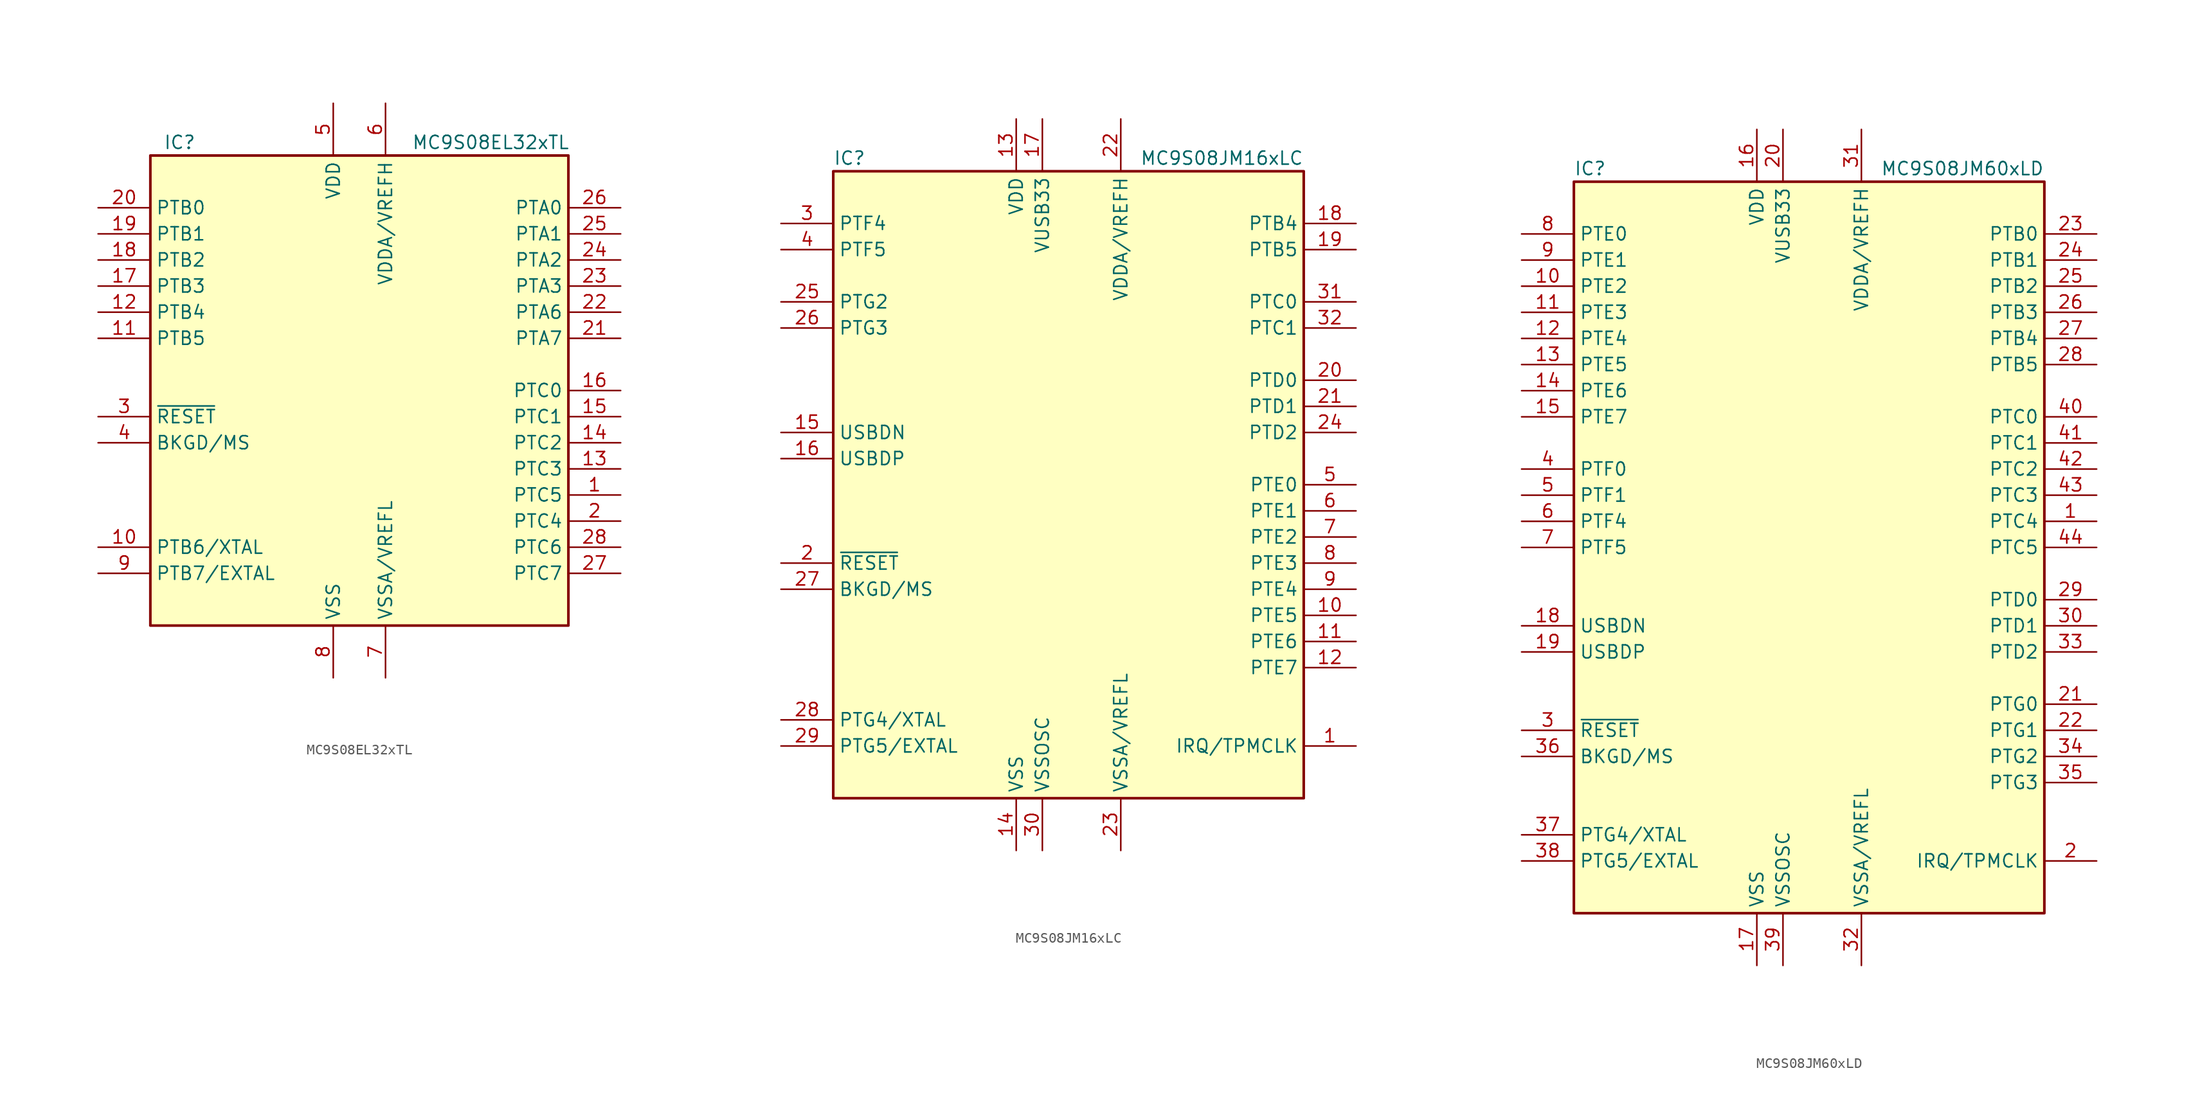
<source format=kicad_sym>
(kicad_symbol_lib
  (version 20201005)
  (generator kicad_symbol_editor)
  (symbol "MC9S08EL32xTL"
    (property "Reference" "IC"
      (at -19.05 24.13 0)
      (effects (font (size 1.27 1.27)) (justify left)))
    (property "Value" "MC9S08EL32xTL"
      (at 5.08 24.13 0)
      (effects (font (size 1.27 1.27)) (justify left)))
    (symbol "MC9S08EL32xTL_0_1"
      (rectangle (start -20.32 22.86) (end 20.32 -22.86) (stroke (width 0.254)) (fill (type background))))
    (symbol "MC9S08EL32xTL_1_1"
      (pin bidirectional line (at 25.4 -10.16 180) (length 5.08) (name "PTC5" (effects (font (size 1.27 1.27)))) (number "1" (effects (font (size 1.27 1.27)))))
      (pin bidirectional line (at -25.4 -15.24 0) (length 5.08) (name "PTB6/XTAL" (effects (font (size 1.27 1.27)))) (number "10" (effects (font (size 1.27 1.27)))))
      (pin bidirectional line (at -25.4 5.08 0) (length 5.08) (name "PTB5" (effects (font (size 1.27 1.27)))) (number "11" (effects (font (size 1.27 1.27)))))
      (pin bidirectional line (at -25.4 7.62 0) (length 5.08) (name "PTB4" (effects (font (size 1.27 1.27)))) (number "12" (effects (font (size 1.27 1.27)))))
      (pin bidirectional line (at 25.4 -7.62 180) (length 5.08) (name "PTC3" (effects (font (size 1.27 1.27)))) (number "13" (effects (font (size 1.27 1.27)))))
      (pin bidirectional line (at 25.4 -5.08 180) (length 5.08) (name "PTC2" (effects (font (size 1.27 1.27)))) (number "14" (effects (font (size 1.27 1.27)))))
      (pin bidirectional line (at 25.4 -2.54 180) (length 5.08) (name "PTC1" (effects (font (size 1.27 1.27)))) (number "15" (effects (font (size 1.27 1.27)))))
      (pin bidirectional line (at 25.4 0 180) (length 5.08) (name "PTC0" (effects (font (size 1.27 1.27)))) (number "16" (effects (font (size 1.27 1.27)))))
      (pin bidirectional line (at -25.4 10.16 0) (length 5.08) (name "PTB3" (effects (font (size 1.27 1.27)))) (number "17" (effects (font (size 1.27 1.27)))))
      (pin bidirectional line (at -25.4 12.7 0) (length 5.08) (name "PTB2" (effects (font (size 1.27 1.27)))) (number "18" (effects (font (size 1.27 1.27)))))
      (pin bidirectional line (at -25.4 15.24 0) (length 5.08) (name "PTB1" (effects (font (size 1.27 1.27)))) (number "19" (effects (font (size 1.27 1.27)))))
      (pin bidirectional line (at 25.4 -12.7 180) (length 5.08) (name "PTC4" (effects (font (size 1.27 1.27)))) (number "2" (effects (font (size 1.27 1.27)))))
      (pin bidirectional line (at -25.4 17.78 0) (length 5.08) (name "PTB0" (effects (font (size 1.27 1.27)))) (number "20" (effects (font (size 1.27 1.27)))))
      (pin bidirectional line (at 25.4 5.08 180) (length 5.08) (name "PTA7" (effects (font (size 1.27 1.27)))) (number "21" (effects (font (size 1.27 1.27)))))
      (pin bidirectional line (at 25.4 7.62 180) (length 5.08) (name "PTA6" (effects (font (size 1.27 1.27)))) (number "22" (effects (font (size 1.27 1.27)))))
      (pin bidirectional line (at 25.4 10.16 180) (length 5.08) (name "PTA3" (effects (font (size 1.27 1.27)))) (number "23" (effects (font (size 1.27 1.27)))))
      (pin bidirectional line (at 25.4 12.7 180) (length 5.08) (name "PTA2" (effects (font (size 1.27 1.27)))) (number "24" (effects (font (size 1.27 1.27)))))
      (pin bidirectional line (at 25.4 15.24 180) (length 5.08) (name "PTA1" (effects (font (size 1.27 1.27)))) (number "25" (effects (font (size 1.27 1.27)))))
      (pin bidirectional line (at 25.4 17.78 180) (length 5.08) (name "PTA0" (effects (font (size 1.27 1.27)))) (number "26" (effects (font (size 1.27 1.27)))))
      (pin bidirectional line (at 25.4 -17.78 180) (length 5.08) (name "PTC7" (effects (font (size 1.27 1.27)))) (number "27" (effects (font (size 1.27 1.27)))))
      (pin bidirectional line (at 25.4 -15.24 180) (length 5.08) (name "PTC6" (effects (font (size 1.27 1.27)))) (number "28" (effects (font (size 1.27 1.27)))))
      (pin input line (at -25.4 -2.54 0) (length 5.08) (name "~RESET" (effects (font (size 1.27 1.27)))) (number "3" (effects (font (size 1.27 1.27)))))
      (pin bidirectional line (at -25.4 -5.08 0) (length 5.08) (name "BKGD/MS" (effects (font (size 1.27 1.27)))) (number "4" (effects (font (size 1.27 1.27)))))
      (pin power_in line (at -2.54 27.94 270) (length 5.08) (name "VDD" (effects (font (size 1.27 1.27)))) (number "5" (effects (font (size 1.27 1.27)))))
      (pin power_in line (at 2.54 27.94 270) (length 5.08) (name "VDDA/VREFH" (effects (font (size 1.27 1.27)))) (number "6" (effects (font (size 1.27 1.27)))))
      (pin power_in line (at 2.54 -27.94 90) (length 5.08) (name "VSSA/VREFL" (effects (font (size 1.27 1.27)))) (number "7" (effects (font (size 1.27 1.27)))))
      (pin power_in line (at -2.54 -27.94 90) (length 5.08) (name "VSS" (effects (font (size 1.27 1.27)))) (number "8" (effects (font (size 1.27 1.27)))))
      (pin bidirectional line (at -25.4 -17.78 0) (length 5.08) (name "PTB7/EXTAL" (effects (font (size 1.27 1.27)))) (number "9" (effects (font (size 1.27 1.27)))))))
  (symbol "MC9S08JM16xLC"
    (property "Reference" "IC"
      (at -22.86 31.75 0)
      (effects (font (size 1.27 1.27)) (justify left)))
    (property "Value" "MC9S08JM16xLC"
      (at 22.86 31.75 0)
      (effects (font (size 1.27 1.27)) (justify right)))
    (symbol "MC9S08JM16xLC_0_1"
      (rectangle (start -22.86 30.48) (end 22.86 -30.48) (stroke (width 0.254)) (fill (type background))))
    (symbol "MC9S08JM16xLC_1_1"
      (pin bidirectional line (at 27.94 -25.4 180) (length 5.08) (name "IRQ/TPMCLK" (effects (font (size 1.27 1.27)))) (number "1" (effects (font (size 1.27 1.27)))))
      (pin bidirectional line (at 27.94 -12.7 180) (length 5.08) (name "PTE5" (effects (font (size 1.27 1.27)))) (number "10" (effects (font (size 1.27 1.27)))))
      (pin bidirectional line (at 27.94 -15.24 180) (length 5.08) (name "PTE6" (effects (font (size 1.27 1.27)))) (number "11" (effects (font (size 1.27 1.27)))))
      (pin bidirectional line (at 27.94 -17.78 180) (length 5.08) (name "PTE7" (effects (font (size 1.27 1.27)))) (number "12" (effects (font (size 1.27 1.27)))))
      (pin power_in line (at -5.08 35.56 270) (length 5.08) (name "VDD" (effects (font (size 1.27 1.27)))) (number "13" (effects (font (size 1.27 1.27)))))
      (pin power_in line (at -5.08 -35.56 90) (length 5.08) (name "VSS" (effects (font (size 1.27 1.27)))) (number "14" (effects (font (size 1.27 1.27)))))
      (pin bidirectional line (at -27.94 5.08 0) (length 5.08) (name "USBDN" (effects (font (size 1.27 1.27)))) (number "15" (effects (font (size 1.27 1.27)))))
      (pin bidirectional line (at -27.94 2.54 0) (length 5.08) (name "USBDP" (effects (font (size 1.27 1.27)))) (number "16" (effects (font (size 1.27 1.27)))))
      (pin power_out line (at -2.54 35.56 270) (length 5.08) (name "VUSB33" (effects (font (size 1.27 1.27)))) (number "17" (effects (font (size 1.27 1.27)))))
      (pin bidirectional line (at 27.94 25.4 180) (length 5.08) (name "PTB4" (effects (font (size 1.27 1.27)))) (number "18" (effects (font (size 1.27 1.27)))))
      (pin bidirectional line (at 27.94 22.86 180) (length 5.08) (name "PTB5" (effects (font (size 1.27 1.27)))) (number "19" (effects (font (size 1.27 1.27)))))
      (pin input line (at -27.94 -7.62 0) (length 5.08) (name "~RESET" (effects (font (size 1.27 1.27)))) (number "2" (effects (font (size 1.27 1.27)))))
      (pin bidirectional line (at 27.94 10.16 180) (length 5.08) (name "PTD0" (effects (font (size 1.27 1.27)))) (number "20" (effects (font (size 1.27 1.27)))))
      (pin bidirectional line (at 27.94 7.62 180) (length 5.08) (name "PTD1" (effects (font (size 1.27 1.27)))) (number "21" (effects (font (size 1.27 1.27)))))
      (pin power_in line (at 5.08 35.56 270) (length 5.08) (name "VDDA/VREFH" (effects (font (size 1.27 1.27)))) (number "22" (effects (font (size 1.27 1.27)))))
      (pin power_in line (at 5.08 -35.56 90) (length 5.08) (name "VSSA/VREFL" (effects (font (size 1.27 1.27)))) (number "23" (effects (font (size 1.27 1.27)))))
      (pin bidirectional line (at 27.94 5.08 180) (length 5.08) (name "PTD2" (effects (font (size 1.27 1.27)))) (number "24" (effects (font (size 1.27 1.27)))))
      (pin bidirectional line (at -27.94 17.78 0) (length 5.08) (name "PTG2" (effects (font (size 1.27 1.27)))) (number "25" (effects (font (size 1.27 1.27)))))
      (pin bidirectional line (at -27.94 15.24 0) (length 5.08) (name "PTG3" (effects (font (size 1.27 1.27)))) (number "26" (effects (font (size 1.27 1.27)))))
      (pin bidirectional line (at -27.94 -10.16 0) (length 5.08) (name "BKGD/MS" (effects (font (size 1.27 1.27)))) (number "27" (effects (font (size 1.27 1.27)))))
      (pin bidirectional line (at -27.94 -22.86 0) (length 5.08) (name "PTG4/XTAL" (effects (font (size 1.27 1.27)))) (number "28" (effects (font (size 1.27 1.27)))))
      (pin bidirectional line (at -27.94 -25.4 0) (length 5.08) (name "PTG5/EXTAL" (effects (font (size 1.27 1.27)))) (number "29" (effects (font (size 1.27 1.27)))))
      (pin bidirectional line (at -27.94 25.4 0) (length 5.08) (name "PTF4" (effects (font (size 1.27 1.27)))) (number "3" (effects (font (size 1.27 1.27)))))
      (pin power_in line (at -2.54 -35.56 90) (length 5.08) (name "VSSOSC" (effects (font (size 1.27 1.27)))) (number "30" (effects (font (size 1.27 1.27)))))
      (pin bidirectional line (at 27.94 17.78 180) (length 5.08) (name "PTC0" (effects (font (size 1.27 1.27)))) (number "31" (effects (font (size 1.27 1.27)))))
      (pin bidirectional line (at 27.94 15.24 180) (length 5.08) (name "PTC1" (effects (font (size 1.27 1.27)))) (number "32" (effects (font (size 1.27 1.27)))))
      (pin bidirectional line (at -27.94 22.86 0) (length 5.08) (name "PTF5" (effects (font (size 1.27 1.27)))) (number "4" (effects (font (size 1.27 1.27)))))
      (pin bidirectional line (at 27.94 0 180) (length 5.08) (name "PTE0" (effects (font (size 1.27 1.27)))) (number "5" (effects (font (size 1.27 1.27)))))
      (pin bidirectional line (at 27.94 -2.54 180) (length 5.08) (name "PTE1" (effects (font (size 1.27 1.27)))) (number "6" (effects (font (size 1.27 1.27)))))
      (pin bidirectional line (at 27.94 -5.08 180) (length 5.08) (name "PTE2" (effects (font (size 1.27 1.27)))) (number "7" (effects (font (size 1.27 1.27)))))
      (pin bidirectional line (at 27.94 -7.62 180) (length 5.08) (name "PTE3" (effects (font (size 1.27 1.27)))) (number "8" (effects (font (size 1.27 1.27)))))
      (pin bidirectional line (at 27.94 -10.16 180) (length 5.08) (name "PTE4" (effects (font (size 1.27 1.27)))) (number "9" (effects (font (size 1.27 1.27)))))))
  (symbol "MC9S08JM60xLD"
    (property "Reference" "IC"
      (at -22.86 36.83 0)
      (effects (font (size 1.27 1.27)) (justify left)))
    (property "Value" "MC9S08JM60xLD"
      (at 22.86 36.83 0)
      (effects (font (size 1.27 1.27)) (justify right)))
    (symbol "MC9S08JM60xLD_0_1"
      (rectangle (start -22.86 35.56) (end 22.86 -35.56) (stroke (width 0.254)) (fill (type background))))
    (symbol "MC9S08JM60xLD_1_1"
      (pin bidirectional line (at 27.94 2.54 180) (length 5.08) (name "PTC4" (effects (font (size 1.27 1.27)))) (number "1" (effects (font (size 1.27 1.27)))))
      (pin bidirectional line (at -27.94 25.4 0) (length 5.08) (name "PTE2" (effects (font (size 1.27 1.27)))) (number "10" (effects (font (size 1.27 1.27)))))
      (pin bidirectional line (at -27.94 22.86 0) (length 5.08) (name "PTE3" (effects (font (size 1.27 1.27)))) (number "11" (effects (font (size 1.27 1.27)))))
      (pin bidirectional line (at -27.94 20.32 0) (length 5.08) (name "PTE4" (effects (font (size 1.27 1.27)))) (number "12" (effects (font (size 1.27 1.27)))))
      (pin bidirectional line (at -27.94 17.78 0) (length 5.08) (name "PTE5" (effects (font (size 1.27 1.27)))) (number "13" (effects (font (size 1.27 1.27)))))
      (pin bidirectional line (at -27.94 15.24 0) (length 5.08) (name "PTE6" (effects (font (size 1.27 1.27)))) (number "14" (effects (font (size 1.27 1.27)))))
      (pin bidirectional line (at -27.94 12.7 0) (length 5.08) (name "PTE7" (effects (font (size 1.27 1.27)))) (number "15" (effects (font (size 1.27 1.27)))))
      (pin power_in line (at -5.08 40.64 270) (length 5.08) (name "VDD" (effects (font (size 1.27 1.27)))) (number "16" (effects (font (size 1.27 1.27)))))
      (pin power_in line (at -5.08 -40.64 90) (length 5.08) (name "VSS" (effects (font (size 1.27 1.27)))) (number "17" (effects (font (size 1.27 1.27)))))
      (pin bidirectional line (at -27.94 -7.62 0) (length 5.08) (name "USBDN" (effects (font (size 1.27 1.27)))) (number "18" (effects (font (size 1.27 1.27)))))
      (pin bidirectional line (at -27.94 -10.16 0) (length 5.08) (name "USBDP" (effects (font (size 1.27 1.27)))) (number "19" (effects (font (size 1.27 1.27)))))
      (pin bidirectional line (at 27.94 -30.48 180) (length 5.08) (name "IRQ/TPMCLK" (effects (font (size 1.27 1.27)))) (number "2" (effects (font (size 1.27 1.27)))))
      (pin power_out line (at -2.54 40.64 270) (length 5.08) (name "VUSB33" (effects (font (size 1.27 1.27)))) (number "20" (effects (font (size 1.27 1.27)))))
      (pin bidirectional line (at 27.94 -15.24 180) (length 5.08) (name "PTG0" (effects (font (size 1.27 1.27)))) (number "21" (effects (font (size 1.27 1.27)))))
      (pin bidirectional line (at 27.94 -17.78 180) (length 5.08) (name "PTG1" (effects (font (size 1.27 1.27)))) (number "22" (effects (font (size 1.27 1.27)))))
      (pin bidirectional line (at 27.94 30.48 180) (length 5.08) (name "PTB0" (effects (font (size 1.27 1.27)))) (number "23" (effects (font (size 1.27 1.27)))))
      (pin bidirectional line (at 27.94 27.94 180) (length 5.08) (name "PTB1" (effects (font (size 1.27 1.27)))) (number "24" (effects (font (size 1.27 1.27)))))
      (pin bidirectional line (at 27.94 25.4 180) (length 5.08) (name "PTB2" (effects (font (size 1.27 1.27)))) (number "25" (effects (font (size 1.27 1.27)))))
      (pin bidirectional line (at 27.94 22.86 180) (length 5.08) (name "PTB3" (effects (font (size 1.27 1.27)))) (number "26" (effects (font (size 1.27 1.27)))))
      (pin bidirectional line (at 27.94 20.32 180) (length 5.08) (name "PTB4" (effects (font (size 1.27 1.27)))) (number "27" (effects (font (size 1.27 1.27)))))
      (pin bidirectional line (at 27.94 17.78 180) (length 5.08) (name "PTB5" (effects (font (size 1.27 1.27)))) (number "28" (effects (font (size 1.27 1.27)))))
      (pin bidirectional line (at 27.94 -5.08 180) (length 5.08) (name "PTD0" (effects (font (size 1.27 1.27)))) (number "29" (effects (font (size 1.27 1.27)))))
      (pin input line (at -27.94 -17.78 0) (length 5.08) (name "~RESET" (effects (font (size 1.27 1.27)))) (number "3" (effects (font (size 1.27 1.27)))))
      (pin bidirectional line (at 27.94 -7.62 180) (length 5.08) (name "PTD1" (effects (font (size 1.27 1.27)))) (number "30" (effects (font (size 1.27 1.27)))))
      (pin power_in line (at 5.08 40.64 270) (length 5.08) (name "VDDA/VREFH" (effects (font (size 1.27 1.27)))) (number "31" (effects (font (size 1.27 1.27)))))
      (pin power_in line (at 5.08 -40.64 90) (length 5.08) (name "VSSA/VREFL" (effects (font (size 1.27 1.27)))) (number "32" (effects (font (size 1.27 1.27)))))
      (pin bidirectional line (at 27.94 -10.16 180) (length 5.08) (name "PTD2" (effects (font (size 1.27 1.27)))) (number "33" (effects (font (size 1.27 1.27)))))
      (pin bidirectional line (at 27.94 -20.32 180) (length 5.08) (name "PTG2" (effects (font (size 1.27 1.27)))) (number "34" (effects (font (size 1.27 1.27)))))
      (pin bidirectional line (at 27.94 -22.86 180) (length 5.08) (name "PTG3" (effects (font (size 1.27 1.27)))) (number "35" (effects (font (size 1.27 1.27)))))
      (pin bidirectional line (at -27.94 -20.32 0) (length 5.08) (name "BKGD/MS" (effects (font (size 1.27 1.27)))) (number "36" (effects (font (size 1.27 1.27)))))
      (pin bidirectional line (at -27.94 -27.94 0) (length 5.08) (name "PTG4/XTAL" (effects (font (size 1.27 1.27)))) (number "37" (effects (font (size 1.27 1.27)))))
      (pin bidirectional line (at -27.94 -30.48 0) (length 5.08) (name "PTG5/EXTAL" (effects (font (size 1.27 1.27)))) (number "38" (effects (font (size 1.27 1.27)))))
      (pin power_in line (at -2.54 -40.64 90) (length 5.08) (name "VSSOSC" (effects (font (size 1.27 1.27)))) (number "39" (effects (font (size 1.27 1.27)))))
      (pin bidirectional line (at -27.94 7.62 0) (length 5.08) (name "PTF0" (effects (font (size 1.27 1.27)))) (number "4" (effects (font (size 1.27 1.27)))))
      (pin bidirectional line (at 27.94 12.7 180) (length 5.08) (name "PTC0" (effects (font (size 1.27 1.27)))) (number "40" (effects (font (size 1.27 1.27)))))
      (pin bidirectional line (at 27.94 10.16 180) (length 5.08) (name "PTC1" (effects (font (size 1.27 1.27)))) (number "41" (effects (font (size 1.27 1.27)))))
      (pin bidirectional line (at 27.94 7.62 180) (length 5.08) (name "PTC2" (effects (font (size 1.27 1.27)))) (number "42" (effects (font (size 1.27 1.27)))))
      (pin bidirectional line (at 27.94 5.08 180) (length 5.08) (name "PTC3" (effects (font (size 1.27 1.27)))) (number "43" (effects (font (size 1.27 1.27)))))
      (pin bidirectional line (at 27.94 0 180) (length 5.08) (name "PTC5" (effects (font (size 1.27 1.27)))) (number "44" (effects (font (size 1.27 1.27)))))
      (pin bidirectional line (at -27.94 5.08 0) (length 5.08) (name "PTF1" (effects (font (size 1.27 1.27)))) (number "5" (effects (font (size 1.27 1.27)))))
      (pin bidirectional line (at -27.94 2.54 0) (length 5.08) (name "PTF4" (effects (font (size 1.27 1.27)))) (number "6" (effects (font (size 1.27 1.27)))))
      (pin bidirectional line (at -27.94 0 0) (length 5.08) (name "PTF5" (effects (font (size 1.27 1.27)))) (number "7" (effects (font (size 1.27 1.27)))))
      (pin bidirectional line (at -27.94 30.48 0) (length 5.08) (name "PTE0" (effects (font (size 1.27 1.27)))) (number "8" (effects (font (size 1.27 1.27)))))
      (pin bidirectional line (at -27.94 27.94 0) (length 5.08) (name "PTE1" (effects (font (size 1.27 1.27)))) (number "9" (effects (font (size 1.27 1.27))))))))
</source>
